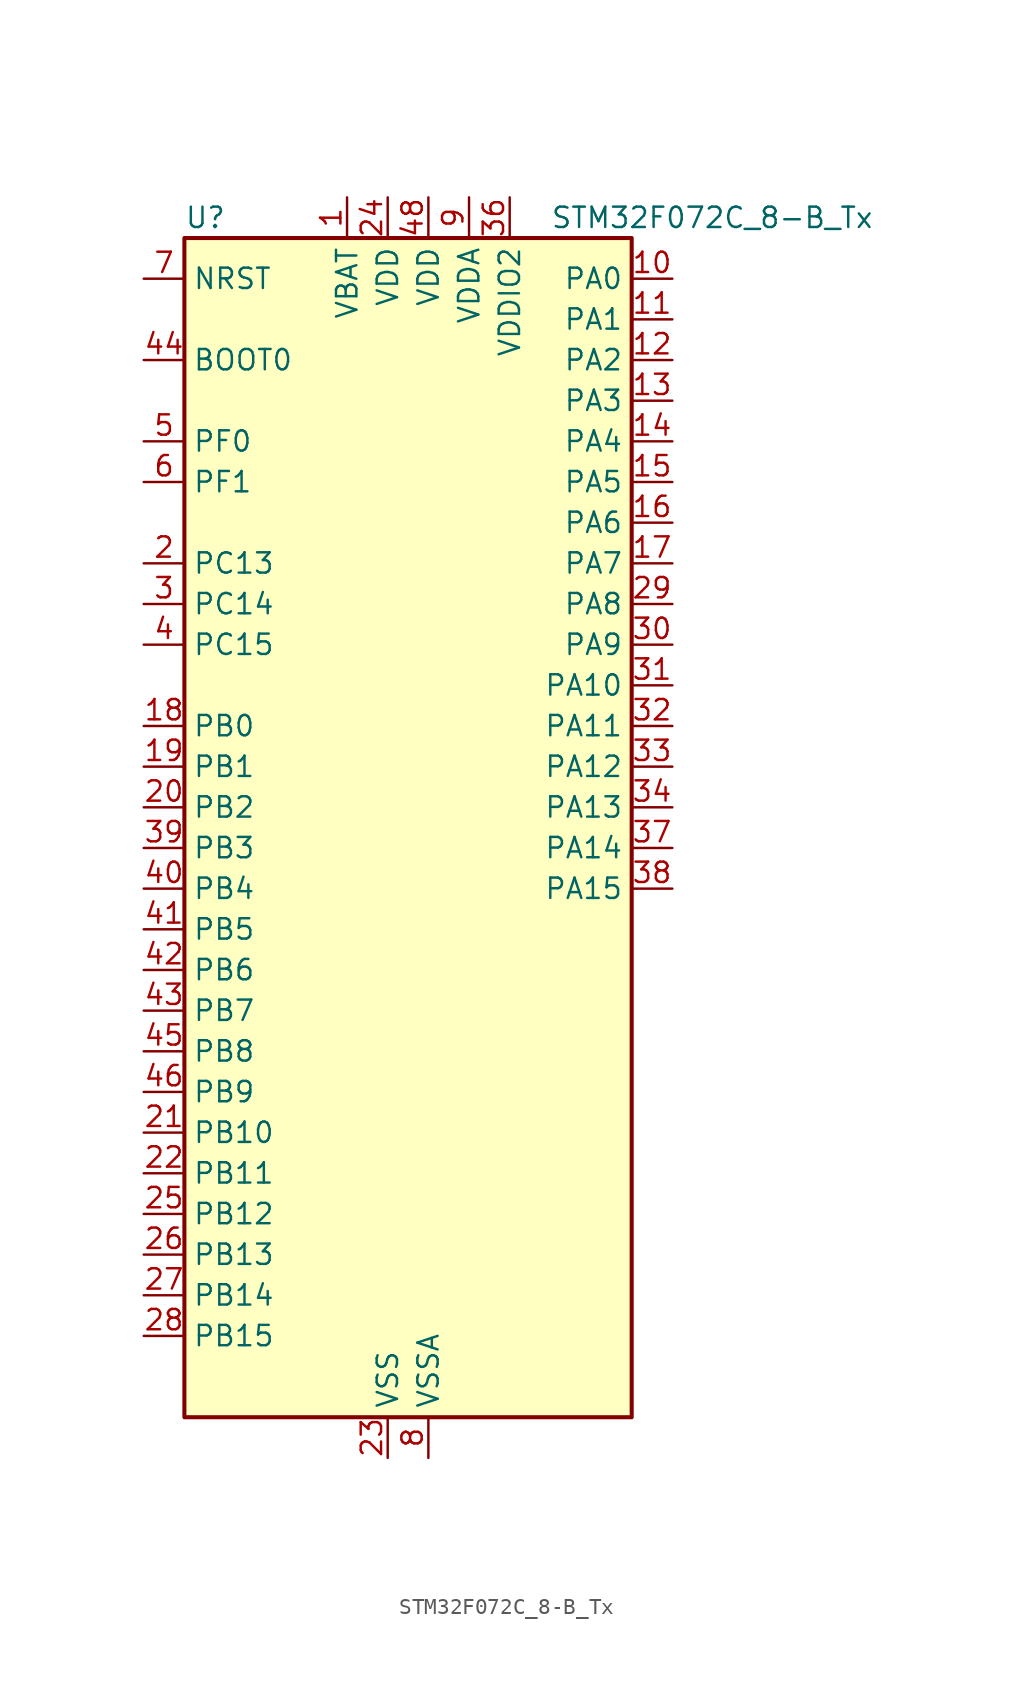
<source format=kicad_sym>
(kicad_symbol_lib
  (version 20231120)
  (generator "kicad_symbol_editor")
  (generator_version "8.0")
  (symbol "STM32F072C_8-B_Tx"
    (property "Reference" "U"
      (at -12.7 39.37 0)
      (effects (font (size 1.27 1.27)) (justify left)))
    (property "Value" "STM32F072C_8-B_Tx"
      (at 10.16 39.37 0)
      (effects (font (size 1.27 1.27)) (justify left)))
    (property "ki_locked" ""
      (at 0 0 0)
      (effects (font (size 1.27 1.27))))
    (symbol "STM32F072C_8-B_Tx_0_1"
      (rectangle (start -12.7 -35.56) (end 15.24 38.1) (stroke (width 0.254) (type default)) (fill (type background))))
    (symbol "STM32F072C_8-B_Tx_1_1"
      (pin power_in line (at -2.54 40.64 270) (length 2.54) (name "VBAT" (effects (font (size 1.27 1.27)))) (number "1" (effects (font (size 1.27 1.27)))))
      (pin bidirectional line (at 17.78 35.56 180) (length 2.54) (name "PA0" (effects (font (size 1.27 1.27)))) (number "10" (effects (font (size 1.27 1.27)))) (alternate "ADC_IN0" bidirectional line) (alternate "COMP1_INM" bidirectional line) (alternate "COMP1_OUT" bidirectional line) (alternate "RTC_TAMP2" bidirectional line) (alternate "SYS_WKUP1" bidirectional line) (alternate "TIM2_CH1" bidirectional line) (alternate "TIM2_ETR" bidirectional line) (alternate "TSC_G1_IO1" bidirectional line) (alternate "USART2_CTS" bidirectional line) (alternate "USART4_TX" bidirectional line))
      (pin bidirectional line (at 17.78 33.02 180) (length 2.54) (name "PA1" (effects (font (size 1.27 1.27)))) (number "11" (effects (font (size 1.27 1.27)))) (alternate "ADC_IN1" bidirectional line) (alternate "COMP1_INP" bidirectional line) (alternate "TIM15_CH1N" bidirectional line) (alternate "TIM2_CH2" bidirectional line) (alternate "TSC_G1_IO2" bidirectional line) (alternate "USART2_DE" bidirectional line) (alternate "USART2_RTS" bidirectional line) (alternate "USART4_RX" bidirectional line))
      (pin bidirectional line (at 17.78 30.48 180) (length 2.54) (name "PA2" (effects (font (size 1.27 1.27)))) (number "12" (effects (font (size 1.27 1.27)))) (alternate "ADC_IN2" bidirectional line) (alternate "COMP2_INM" bidirectional line) (alternate "COMP2_OUT" bidirectional line) (alternate "SYS_WKUP4" bidirectional line) (alternate "TIM15_CH1" bidirectional line) (alternate "TIM2_CH3" bidirectional line) (alternate "TSC_G1_IO3" bidirectional line) (alternate "USART2_TX" bidirectional line))
      (pin bidirectional line (at 17.78 27.94 180) (length 2.54) (name "PA3" (effects (font (size 1.27 1.27)))) (number "13" (effects (font (size 1.27 1.27)))) (alternate "ADC_IN3" bidirectional line) (alternate "COMP2_INP" bidirectional line) (alternate "TIM15_CH2" bidirectional line) (alternate "TIM2_CH4" bidirectional line) (alternate "TSC_G1_IO4" bidirectional line) (alternate "USART2_RX" bidirectional line))
      (pin bidirectional line (at 17.78 25.4 180) (length 2.54) (name "PA4" (effects (font (size 1.27 1.27)))) (number "14" (effects (font (size 1.27 1.27)))) (alternate "ADC_IN4" bidirectional line) (alternate "COMP1_INM" bidirectional line) (alternate "COMP2_INM" bidirectional line) (alternate "DAC_OUT1" bidirectional line) (alternate "I2S1_WS" bidirectional line) (alternate "SPI1_NSS" bidirectional line) (alternate "TIM14_CH1" bidirectional line) (alternate "TSC_G2_IO1" bidirectional line) (alternate "USART2_CK" bidirectional line))
      (pin bidirectional line (at 17.78 22.86 180) (length 2.54) (name "PA5" (effects (font (size 1.27 1.27)))) (number "15" (effects (font (size 1.27 1.27)))) (alternate "ADC_IN5" bidirectional line) (alternate "CEC" bidirectional line) (alternate "COMP1_INM" bidirectional line) (alternate "COMP2_INM" bidirectional line) (alternate "DAC_OUT2" bidirectional line) (alternate "I2S1_CK" bidirectional line) (alternate "SPI1_SCK" bidirectional line) (alternate "TIM2_CH1" bidirectional line) (alternate "TIM2_ETR" bidirectional line) (alternate "TSC_G2_IO2" bidirectional line))
      (pin bidirectional line (at 17.78 20.32 180) (length 2.54) (name "PA6" (effects (font (size 1.27 1.27)))) (number "16" (effects (font (size 1.27 1.27)))) (alternate "ADC_IN6" bidirectional line) (alternate "COMP1_OUT" bidirectional line) (alternate "I2S1_MCK" bidirectional line) (alternate "SPI1_MISO" bidirectional line) (alternate "TIM16_CH1" bidirectional line) (alternate "TIM1_BKIN" bidirectional line) (alternate "TIM3_CH1" bidirectional line) (alternate "TSC_G2_IO3" bidirectional line) (alternate "USART3_CTS" bidirectional line))
      (pin bidirectional line (at 17.78 17.78 180) (length 2.54) (name "PA7" (effects (font (size 1.27 1.27)))) (number "17" (effects (font (size 1.27 1.27)))) (alternate "ADC_IN7" bidirectional line) (alternate "COMP2_OUT" bidirectional line) (alternate "I2S1_SD" bidirectional line) (alternate "SPI1_MOSI" bidirectional line) (alternate "TIM14_CH1" bidirectional line) (alternate "TIM17_CH1" bidirectional line) (alternate "TIM1_CH1N" bidirectional line) (alternate "TIM3_CH2" bidirectional line) (alternate "TSC_G2_IO4" bidirectional line))
      (pin bidirectional line (at -15.24 7.62 0) (length 2.54) (name "PB0" (effects (font (size 1.27 1.27)))) (number "18" (effects (font (size 1.27 1.27)))) (alternate "ADC_IN8" bidirectional line) (alternate "TIM1_CH2N" bidirectional line) (alternate "TIM3_CH3" bidirectional line) (alternate "TSC_G3_IO2" bidirectional line) (alternate "USART3_CK" bidirectional line))
      (pin bidirectional line (at -15.24 5.08 0) (length 2.54) (name "PB1" (effects (font (size 1.27 1.27)))) (number "19" (effects (font (size 1.27 1.27)))) (alternate "ADC_IN9" bidirectional line) (alternate "TIM14_CH1" bidirectional line) (alternate "TIM1_CH3N" bidirectional line) (alternate "TIM3_CH4" bidirectional line) (alternate "TSC_G3_IO3" bidirectional line) (alternate "USART3_DE" bidirectional line) (alternate "USART3_RTS" bidirectional line))
      (pin bidirectional line (at -15.24 17.78 0) (length 2.54) (name "PC13" (effects (font (size 1.27 1.27)))) (number "2" (effects (font (size 1.27 1.27)))) (alternate "RTC_OUT_ALARM" bidirectional line) (alternate "RTC_OUT_CALIB" bidirectional line) (alternate "RTC_TAMP1" bidirectional line) (alternate "RTC_TS" bidirectional line) (alternate "SYS_WKUP2" bidirectional line))
      (pin bidirectional line (at -15.24 2.54 0) (length 2.54) (name "PB2" (effects (font (size 1.27 1.27)))) (number "20" (effects (font (size 1.27 1.27)))) (alternate "TSC_G3_IO4" bidirectional line))
      (pin bidirectional line (at -15.24 -17.78 0) (length 2.54) (name "PB10" (effects (font (size 1.27 1.27)))) (number "21" (effects (font (size 1.27 1.27)))) (alternate "CEC" bidirectional line) (alternate "I2C2_SCL" bidirectional line) (alternate "I2S2_CK" bidirectional line) (alternate "SPI2_SCK" bidirectional line) (alternate "TIM2_CH3" bidirectional line) (alternate "TSC_SYNC" bidirectional line) (alternate "USART3_TX" bidirectional line))
      (pin bidirectional line (at -15.24 -20.32 0) (length 2.54) (name "PB11" (effects (font (size 1.27 1.27)))) (number "22" (effects (font (size 1.27 1.27)))) (alternate "I2C2_SDA" bidirectional line) (alternate "TIM2_CH4" bidirectional line) (alternate "TSC_G6_IO1" bidirectional line) (alternate "USART3_RX" bidirectional line))
      (pin power_in line (at 0 -38.1 90) (length 2.54) (name "VSS" (effects (font (size 1.27 1.27)))) (number "23" (effects (font (size 1.27 1.27)))))
      (pin power_in line (at 0 40.64 270) (length 2.54) (name "VDD" (effects (font (size 1.27 1.27)))) (number "24" (effects (font (size 1.27 1.27)))))
      (pin bidirectional line (at -15.24 -22.86 0) (length 2.54) (name "PB12" (effects (font (size 1.27 1.27)))) (number "25" (effects (font (size 1.27 1.27)))) (alternate "I2S2_WS" bidirectional line) (alternate "SPI2_NSS" bidirectional line) (alternate "TIM15_BKIN" bidirectional line) (alternate "TIM1_BKIN" bidirectional line) (alternate "TSC_G6_IO2" bidirectional line) (alternate "USART3_CK" bidirectional line))
      (pin bidirectional line (at -15.24 -25.4 0) (length 2.54) (name "PB13" (effects (font (size 1.27 1.27)))) (number "26" (effects (font (size 1.27 1.27)))) (alternate "I2C2_SCL" bidirectional line) (alternate "I2S2_CK" bidirectional line) (alternate "SPI2_SCK" bidirectional line) (alternate "TIM1_CH1N" bidirectional line) (alternate "TSC_G6_IO3" bidirectional line) (alternate "USART3_CTS" bidirectional line))
      (pin bidirectional line (at -15.24 -27.94 0) (length 2.54) (name "PB14" (effects (font (size 1.27 1.27)))) (number "27" (effects (font (size 1.27 1.27)))) (alternate "I2C2_SDA" bidirectional line) (alternate "I2S2_MCK" bidirectional line) (alternate "SPI2_MISO" bidirectional line) (alternate "TIM15_CH1" bidirectional line) (alternate "TIM1_CH2N" bidirectional line) (alternate "TSC_G6_IO4" bidirectional line) (alternate "USART3_DE" bidirectional line) (alternate "USART3_RTS" bidirectional line))
      (pin bidirectional line (at -15.24 -30.48 0) (length 2.54) (name "PB15" (effects (font (size 1.27 1.27)))) (number "28" (effects (font (size 1.27 1.27)))) (alternate "I2S2_SD" bidirectional line) (alternate "RTC_REFIN" bidirectional line) (alternate "SPI2_MOSI" bidirectional line) (alternate "SYS_WKUP7" bidirectional line) (alternate "TIM15_CH1N" bidirectional line) (alternate "TIM15_CH2" bidirectional line) (alternate "TIM1_CH3N" bidirectional line))
      (pin bidirectional line (at 17.78 15.24 180) (length 2.54) (name "PA8" (effects (font (size 1.27 1.27)))) (number "29" (effects (font (size 1.27 1.27)))) (alternate "CRS_SYNC" bidirectional line) (alternate "RCC_MCO" bidirectional line) (alternate "TIM1_CH1" bidirectional line) (alternate "USART1_CK" bidirectional line))
      (pin bidirectional line (at -15.24 15.24 0) (length 2.54) (name "PC14" (effects (font (size 1.27 1.27)))) (number "3" (effects (font (size 1.27 1.27)))) (alternate "RCC_OSC32_IN" bidirectional line))
      (pin bidirectional line (at 17.78 12.7 180) (length 2.54) (name "PA9" (effects (font (size 1.27 1.27)))) (number "30" (effects (font (size 1.27 1.27)))) (alternate "DAC_EXTI9" bidirectional line) (alternate "TIM15_BKIN" bidirectional line) (alternate "TIM1_CH2" bidirectional line) (alternate "TSC_G4_IO1" bidirectional line) (alternate "USART1_TX" bidirectional line))
      (pin bidirectional line (at 17.78 10.16 180) (length 2.54) (name "PA10" (effects (font (size 1.27 1.27)))) (number "31" (effects (font (size 1.27 1.27)))) (alternate "TIM17_BKIN" bidirectional line) (alternate "TIM1_CH3" bidirectional line) (alternate "TSC_G4_IO2" bidirectional line) (alternate "USART1_RX" bidirectional line))
      (pin bidirectional line (at 17.78 7.62 180) (length 2.54) (name "PA11" (effects (font (size 1.27 1.27)))) (number "32" (effects (font (size 1.27 1.27)))) (alternate "CAN_RX" bidirectional line) (alternate "COMP1_OUT" bidirectional line) (alternate "TIM1_CH4" bidirectional line) (alternate "TSC_G4_IO3" bidirectional line) (alternate "USART1_CTS" bidirectional line) (alternate "USB_DM" bidirectional line))
      (pin bidirectional line (at 17.78 5.08 180) (length 2.54) (name "PA12" (effects (font (size 1.27 1.27)))) (number "33" (effects (font (size 1.27 1.27)))) (alternate "CAN_TX" bidirectional line) (alternate "COMP2_OUT" bidirectional line) (alternate "TIM1_ETR" bidirectional line) (alternate "TSC_G4_IO4" bidirectional line) (alternate "USART1_DE" bidirectional line) (alternate "USART1_RTS" bidirectional line) (alternate "USB_DP" bidirectional line))
      (pin bidirectional line (at 17.78 2.54 180) (length 2.54) (name "PA13" (effects (font (size 1.27 1.27)))) (number "34" (effects (font (size 1.27 1.27)))) (alternate "IR_OUT" bidirectional line) (alternate "SYS_SWDIO" bidirectional line) (alternate "USB_NOE" bidirectional line))
      (pin passive line (at 0 -38.1 90) (length 2.54) hide (name "VSS" (effects (font (size 1.27 1.27)))) (number "35" (effects (font (size 1.27 1.27)))))
      (pin power_in line (at 7.62 40.64 270) (length 2.54) (name "VDDIO2" (effects (font (size 1.27 1.27)))) (number "36" (effects (font (size 1.27 1.27)))))
      (pin bidirectional line (at 17.78 0 180) (length 2.54) (name "PA14" (effects (font (size 1.27 1.27)))) (number "37" (effects (font (size 1.27 1.27)))) (alternate "SYS_SWCLK" bidirectional line) (alternate "USART2_TX" bidirectional line))
      (pin bidirectional line (at 17.78 -2.54 180) (length 2.54) (name "PA15" (effects (font (size 1.27 1.27)))) (number "38" (effects (font (size 1.27 1.27)))) (alternate "I2S1_WS" bidirectional line) (alternate "SPI1_NSS" bidirectional line) (alternate "TIM2_CH1" bidirectional line) (alternate "TIM2_ETR" bidirectional line) (alternate "USART2_RX" bidirectional line) (alternate "USART4_DE" bidirectional line) (alternate "USART4_RTS" bidirectional line))
      (pin bidirectional line (at -15.24 0 0) (length 2.54) (name "PB3" (effects (font (size 1.27 1.27)))) (number "39" (effects (font (size 1.27 1.27)))) (alternate "I2S1_CK" bidirectional line) (alternate "SPI1_SCK" bidirectional line) (alternate "TIM2_CH2" bidirectional line) (alternate "TSC_G5_IO1" bidirectional line))
      (pin bidirectional line (at -15.24 12.7 0) (length 2.54) (name "PC15" (effects (font (size 1.27 1.27)))) (number "4" (effects (font (size 1.27 1.27)))) (alternate "RCC_OSC32_OUT" bidirectional line))
      (pin bidirectional line (at -15.24 -2.54 0) (length 2.54) (name "PB4" (effects (font (size 1.27 1.27)))) (number "40" (effects (font (size 1.27 1.27)))) (alternate "I2S1_MCK" bidirectional line) (alternate "SPI1_MISO" bidirectional line) (alternate "TIM17_BKIN" bidirectional line) (alternate "TIM3_CH1" bidirectional line) (alternate "TSC_G5_IO2" bidirectional line))
      (pin bidirectional line (at -15.24 -5.08 0) (length 2.54) (name "PB5" (effects (font (size 1.27 1.27)))) (number "41" (effects (font (size 1.27 1.27)))) (alternate "I2C1_SMBA" bidirectional line) (alternate "I2S1_SD" bidirectional line) (alternate "SPI1_MOSI" bidirectional line) (alternate "SYS_WKUP6" bidirectional line) (alternate "TIM16_BKIN" bidirectional line) (alternate "TIM3_CH2" bidirectional line))
      (pin bidirectional line (at -15.24 -7.62 0) (length 2.54) (name "PB6" (effects (font (size 1.27 1.27)))) (number "42" (effects (font (size 1.27 1.27)))) (alternate "I2C1_SCL" bidirectional line) (alternate "TIM16_CH1N" bidirectional line) (alternate "TSC_G5_IO3" bidirectional line) (alternate "USART1_TX" bidirectional line))
      (pin bidirectional line (at -15.24 -10.16 0) (length 2.54) (name "PB7" (effects (font (size 1.27 1.27)))) (number "43" (effects (font (size 1.27 1.27)))) (alternate "I2C1_SDA" bidirectional line) (alternate "TIM17_CH1N" bidirectional line) (alternate "TSC_G5_IO4" bidirectional line) (alternate "USART1_RX" bidirectional line) (alternate "USART4_CTS" bidirectional line))
      (pin input line (at -15.24 30.48 0) (length 2.54) (name "BOOT0" (effects (font (size 1.27 1.27)))) (number "44" (effects (font (size 1.27 1.27)))))
      (pin bidirectional line (at -15.24 -12.7 0) (length 2.54) (name "PB8" (effects (font (size 1.27 1.27)))) (number "45" (effects (font (size 1.27 1.27)))) (alternate "CAN_RX" bidirectional line) (alternate "CEC" bidirectional line) (alternate "I2C1_SCL" bidirectional line) (alternate "TIM16_CH1" bidirectional line) (alternate "TSC_SYNC" bidirectional line))
      (pin bidirectional line (at -15.24 -15.24 0) (length 2.54) (name "PB9" (effects (font (size 1.27 1.27)))) (number "46" (effects (font (size 1.27 1.27)))) (alternate "CAN_TX" bidirectional line) (alternate "DAC_EXTI9" bidirectional line) (alternate "I2C1_SDA" bidirectional line) (alternate "I2S2_WS" bidirectional line) (alternate "IR_OUT" bidirectional line) (alternate "SPI2_NSS" bidirectional line) (alternate "TIM17_CH1" bidirectional line))
      (pin passive line (at 0 -38.1 90) (length 2.54) hide (name "VSS" (effects (font (size 1.27 1.27)))) (number "47" (effects (font (size 1.27 1.27)))))
      (pin power_in line (at 2.54 40.64 270) (length 2.54) (name "VDD" (effects (font (size 1.27 1.27)))) (number "48" (effects (font (size 1.27 1.27)))))
      (pin bidirectional line (at -15.24 25.4 0) (length 2.54) (name "PF0" (effects (font (size 1.27 1.27)))) (number "5" (effects (font (size 1.27 1.27)))) (alternate "CRS_SYNC" bidirectional line) (alternate "RCC_OSC_IN" bidirectional line))
      (pin bidirectional line (at -15.24 22.86 0) (length 2.54) (name "PF1" (effects (font (size 1.27 1.27)))) (number "6" (effects (font (size 1.27 1.27)))) (alternate "RCC_OSC_OUT" bidirectional line))
      (pin input line (at -15.24 35.56 0) (length 2.54) (name "NRST" (effects (font (size 1.27 1.27)))) (number "7" (effects (font (size 1.27 1.27)))))
      (pin power_in line (at 2.54 -38.1 90) (length 2.54) (name "VSSA" (effects (font (size 1.27 1.27)))) (number "8" (effects (font (size 1.27 1.27)))))
      (pin power_in line (at 5.08 40.64 270) (length 2.54) (name "VDDA" (effects (font (size 1.27 1.27)))) (number "9" (effects (font (size 1.27 1.27))))))))
</source>
